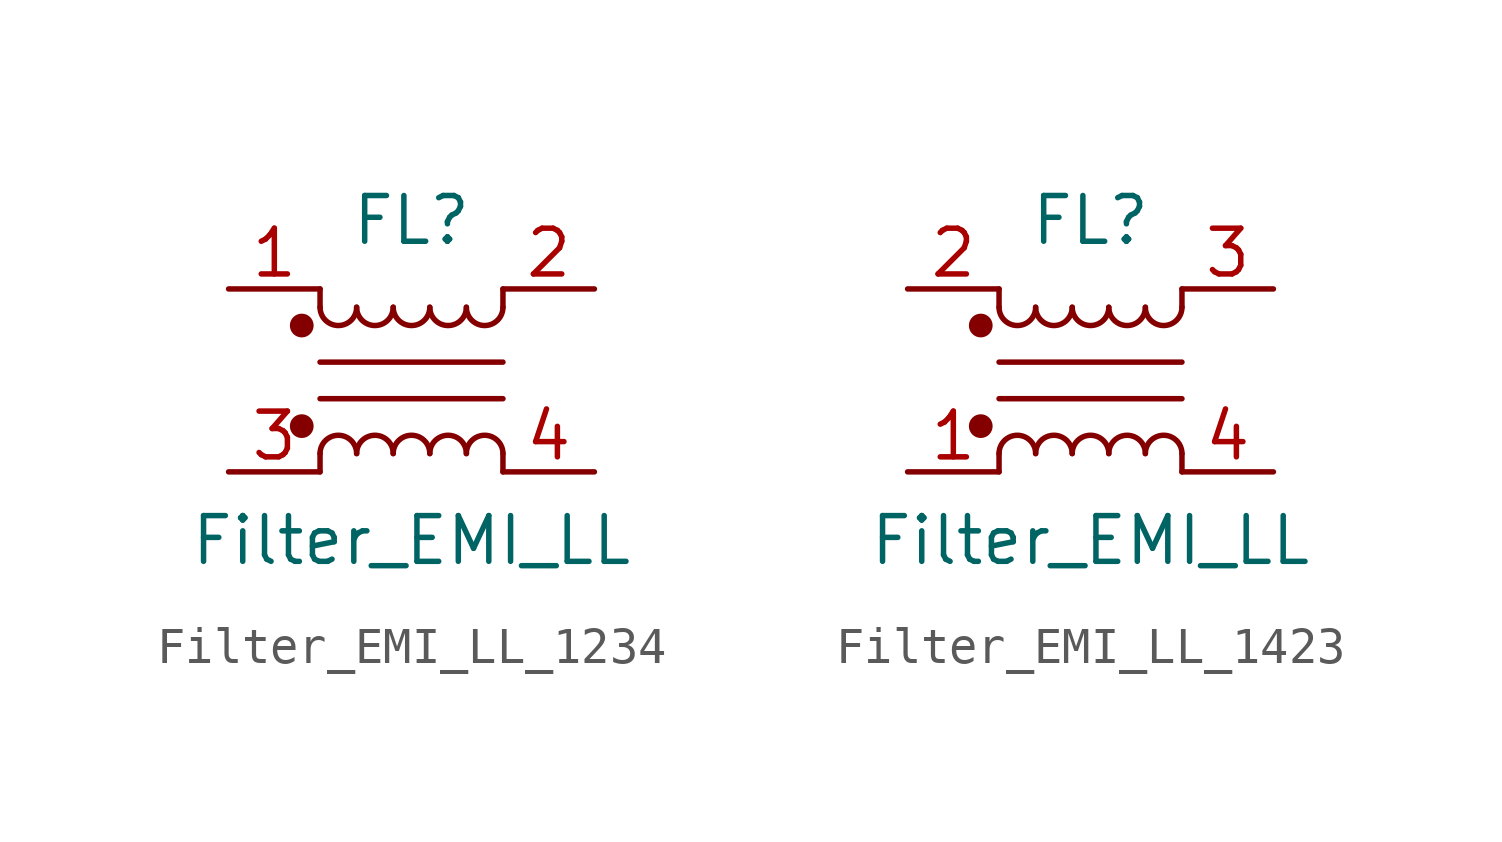
<source format=kicad_sym>
(kicad_symbol_lib
  (version 20231120)
  (generator "kicad_symbol_editor")
  (generator_version "8.0")
  (symbol "Filter_EMI_LL_1234"
    (pin_names
      (offset 0.254) hide)
    (property "Reference" "FL"
      (at 0 4.445 0)
      (effects (font (size 1.27 1.27))))
    (property "Value" "Filter_EMI_LL"
      (at 0 -4.445 0)
      (effects (font (size 1.27 1.27))))
    (symbol "Filter_EMI_LL_1234_0_1"
      (circle (center -3.048 -1.27) (radius 0.254) (stroke (width 0) (type default)) (fill (type outline)))
      (circle (center -3.048 1.524) (radius 0.254) (stroke (width 0) (type default)) (fill (type outline)))
      (arc (start -2.54 2.032) (mid -2.032 1.5262) (end -1.524 2.032) (stroke (width 0) (type default)) (fill (type none)))
      (arc (start -1.524 -2.032) (mid -2.032 -1.5262) (end -2.54 -2.032) (stroke (width 0) (type default)) (fill (type none)))
      (arc (start -1.524 2.032) (mid -1.016 1.5262) (end -0.508 2.032) (stroke (width 0) (type default)) (fill (type none)))
      (arc (start -0.508 -2.032) (mid -1.016 -1.5262) (end -1.524 -2.032) (stroke (width 0) (type default)) (fill (type none)))
      (arc (start -0.508 2.032) (mid 0 1.5262) (end 0.508 2.032) (stroke (width 0) (type default)) (fill (type none)))
      (polyline (pts (xy -2.54 -2.032) (xy -2.54 -2.54)) (stroke (width 0) (type default)) (fill (type none)))
      (polyline (pts (xy -2.54 0.508) (xy 2.54 0.508)) (stroke (width 0) (type default)) (fill (type none)))
      (polyline (pts (xy -2.54 2.032) (xy -2.54 2.54)) (stroke (width 0) (type default)) (fill (type none)))
      (polyline (pts (xy 2.54 -2.032) (xy 2.54 -2.54)) (stroke (width 0) (type default)) (fill (type none)))
      (polyline (pts (xy 2.54 -0.508) (xy -2.54 -0.508)) (stroke (width 0) (type default)) (fill (type none)))
      (polyline (pts (xy 2.54 2.54) (xy 2.54 2.032)) (stroke (width 0) (type default)) (fill (type none)))
      (arc (start 0.508 -2.032) (mid 0 -1.5262) (end -0.508 -2.032) (stroke (width 0) (type default)) (fill (type none)))
      (arc (start 0.508 2.032) (mid 1.016 1.5262) (end 1.524 2.032) (stroke (width 0) (type default)) (fill (type none)))
      (arc (start 1.524 -2.032) (mid 1.016 -1.5262) (end 0.508 -2.032) (stroke (width 0) (type default)) (fill (type none)))
      (arc (start 1.524 2.032) (mid 2.032 1.5262) (end 2.54 2.032) (stroke (width 0) (type default)) (fill (type none)))
      (arc (start 2.54 -2.032) (mid 2.032 -1.5262) (end 1.524 -2.032) (stroke (width 0) (type default)) (fill (type none))))
    (symbol "Filter_EMI_LL_1234_1_1"
      (pin passive line (at -5.08 2.54 0) (length 2.54) (name "1" (effects (font (size 1.27 1.27)))) (number "1" (effects (font (size 1.27 1.27)))))
      (pin passive line (at 5.08 2.54 180) (length 2.54) (name "2" (effects (font (size 1.27 1.27)))) (number "2" (effects (font (size 1.27 1.27)))))
      (pin passive line (at -5.08 -2.54 0) (length 2.54) (name "3" (effects (font (size 1.27 1.27)))) (number "3" (effects (font (size 1.27 1.27)))))
      (pin passive line (at 5.08 -2.54 180) (length 2.54) (name "4" (effects (font (size 1.27 1.27)))) (number "4" (effects (font (size 1.27 1.27)))))))
  (symbol "Filter_EMI_LL_1423"
    (pin_names hide)
    (property "Reference" "FL"
      (at 0 4.445 0)
      (effects (font (size 1.27 1.27))))
    (property "Value" "Filter_EMI_LL"
      (at 0 -4.445 0)
      (effects (font (size 1.27 1.27))))
    (symbol "Filter_EMI_LL_1423_0_1"
      (circle (center -3.048 -1.27) (radius 0.254) (stroke (width 0) (type default)) (fill (type outline)))
      (circle (center -3.048 1.524) (radius 0.254) (stroke (width 0) (type default)) (fill (type outline)))
      (arc (start -2.54 2.032) (mid -2.032 1.5262) (end -1.524 2.032) (stroke (width 0) (type default)) (fill (type none)))
      (arc (start -1.524 -2.032) (mid -2.032 -1.5262) (end -2.54 -2.032) (stroke (width 0) (type default)) (fill (type none)))
      (arc (start -1.524 2.032) (mid -1.016 1.5262) (end -0.508 2.032) (stroke (width 0) (type default)) (fill (type none)))
      (arc (start -0.508 -2.032) (mid -1.016 -1.5262) (end -1.524 -2.032) (stroke (width 0) (type default)) (fill (type none)))
      (arc (start -0.508 2.032) (mid 0 1.5262) (end 0.508 2.032) (stroke (width 0) (type default)) (fill (type none)))
      (polyline (pts (xy -2.54 -2.032) (xy -2.54 -2.54)) (stroke (width 0) (type default)) (fill (type none)))
      (polyline (pts (xy -2.54 0.508) (xy 2.54 0.508)) (stroke (width 0) (type default)) (fill (type none)))
      (polyline (pts (xy -2.54 2.032) (xy -2.54 2.54)) (stroke (width 0) (type default)) (fill (type none)))
      (polyline (pts (xy 2.54 -2.032) (xy 2.54 -2.54)) (stroke (width 0) (type default)) (fill (type none)))
      (polyline (pts (xy 2.54 -0.508) (xy -2.54 -0.508)) (stroke (width 0) (type default)) (fill (type none)))
      (polyline (pts (xy 2.54 2.54) (xy 2.54 2.032)) (stroke (width 0) (type default)) (fill (type none)))
      (arc (start 0.508 -2.032) (mid 0 -1.5262) (end -0.508 -2.032) (stroke (width 0) (type default)) (fill (type none)))
      (arc (start 0.508 2.032) (mid 1.016 1.5262) (end 1.524 2.032) (stroke (width 0) (type default)) (fill (type none)))
      (arc (start 1.524 -2.032) (mid 1.016 -1.5262) (end 0.508 -2.032) (stroke (width 0) (type default)) (fill (type none)))
      (arc (start 1.524 2.032) (mid 2.032 1.5262) (end 2.54 2.032) (stroke (width 0) (type default)) (fill (type none)))
      (arc (start 2.54 -2.032) (mid 2.032 -1.5262) (end 1.524 -2.032) (stroke (width 0) (type default)) (fill (type none))))
    (symbol "Filter_EMI_LL_1423_1_1"
      (pin passive line (at -5.08 -2.54 0) (length 2.54) (name "1" (effects (font (size 1.27 1.27)))) (number "1" (effects (font (size 1.27 1.27)))))
      (pin passive line (at -5.08 2.54 0) (length 2.54) (name "2" (effects (font (size 1.27 1.27)))) (number "2" (effects (font (size 1.27 1.27)))))
      (pin passive line (at 5.08 2.54 180) (length 2.54) (name "3" (effects (font (size 1.27 1.27)))) (number "3" (effects (font (size 1.27 1.27)))))
      (pin passive line (at 5.08 -2.54 180) (length 2.54) (name "4" (effects (font (size 1.27 1.27)))) (number "4" (effects (font (size 1.27 1.27))))))))
</source>
